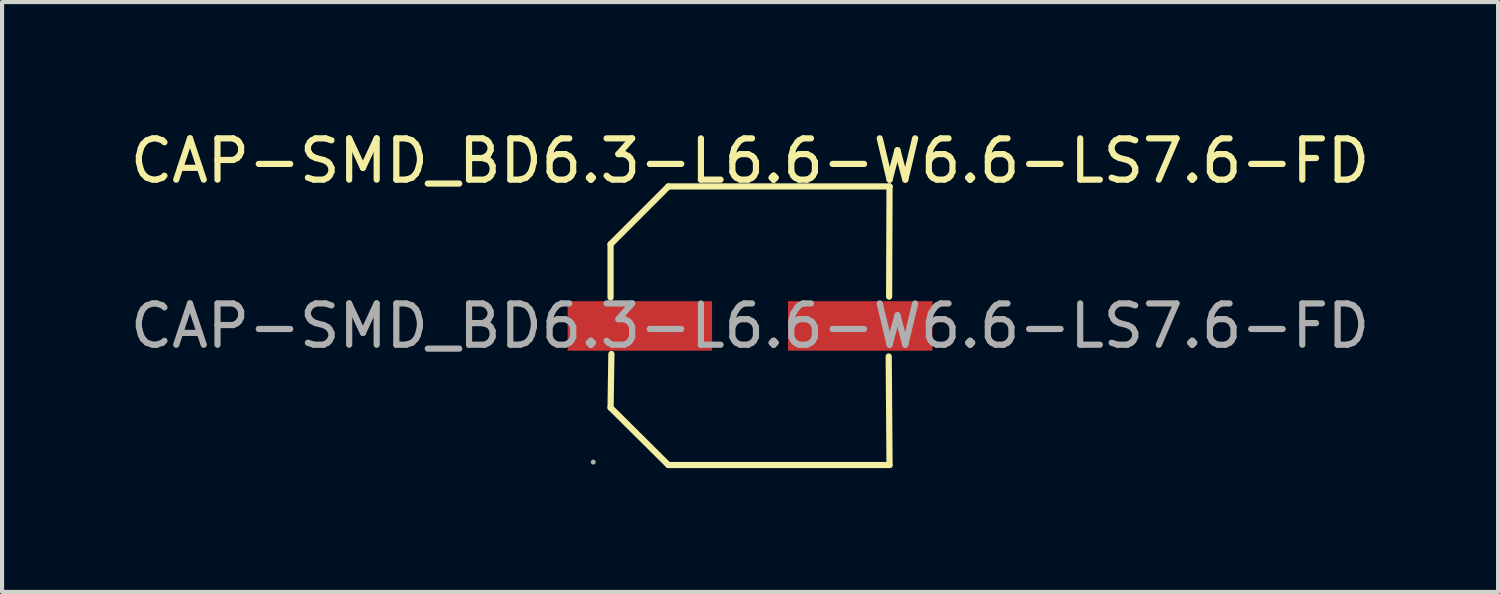
<source format=kicad_pcb>
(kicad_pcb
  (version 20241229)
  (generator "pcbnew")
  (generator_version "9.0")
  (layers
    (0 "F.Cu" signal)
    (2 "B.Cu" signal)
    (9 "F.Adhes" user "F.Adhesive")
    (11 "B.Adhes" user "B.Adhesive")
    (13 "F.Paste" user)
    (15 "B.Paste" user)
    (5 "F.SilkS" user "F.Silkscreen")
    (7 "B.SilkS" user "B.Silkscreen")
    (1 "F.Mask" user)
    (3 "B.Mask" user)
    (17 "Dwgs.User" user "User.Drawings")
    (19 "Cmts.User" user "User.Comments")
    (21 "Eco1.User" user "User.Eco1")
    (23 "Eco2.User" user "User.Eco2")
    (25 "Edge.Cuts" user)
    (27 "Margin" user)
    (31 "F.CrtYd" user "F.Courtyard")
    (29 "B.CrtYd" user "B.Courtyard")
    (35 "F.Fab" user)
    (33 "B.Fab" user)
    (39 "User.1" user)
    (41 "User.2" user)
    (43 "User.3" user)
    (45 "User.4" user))
  (footprint "CAP-SMD_BD6.3-L6.6-W6.6-LS7.6-FD"
    (layer "F.Cu")
    (at 15.125 4.848)
    (property "Reference" "CAP-SMD_BD6.3-L6.6-W6.6-LS7.6-FD" (at 0 -4 0) (layer "F.SilkS") (effects (font (size 1 1) (thickness 0.15))))
    (attr through_hole)
    (fp_line (start -3.38 -1.98) (end -3.38 -0.69) (stroke (width 0.15) (type solid)) (layer "F.SilkS"))
    (fp_line (start -3.38 1.98) (end -3.36 0.68) (stroke (width 0.15) (type solid)) (layer "F.SilkS"))
    (fp_line (start -1.98 -3.38) (end -3.38 -1.98) (stroke (width 0.15) (type solid)) (layer "F.SilkS"))
    (fp_line (start -1.98 3.37) (end -3.38 1.98) (stroke (width 0.15) (type solid)) (layer "F.SilkS"))
    (fp_line (start 3.36 0.74) (end 3.38 3.37) (stroke (width 0.15) (type solid)) (layer "F.SilkS"))
    (fp_line (start 3.37 -0.71) (end 3.38 -3.38) (stroke (width 0.15) (type solid)) (layer "F.SilkS"))
    (fp_line (start 3.38 -3.38) (end -1.98 -3.38) (stroke (width 0.15) (type solid)) (layer "F.SilkS"))
    (fp_line (start 3.38 3.37) (end -1.98 3.37) (stroke (width 0.15) (type solid)) (layer "F.SilkS"))
    (fp_circle (center -3.8 3.3) (end -3.77 3.3) (stroke (width 0.06) (type solid)) (fill no) (layer "F.Fab"))
    (fp_text user "${REFERENCE}" (at 0 0 0) (layer "F.Fab") (effects (font (size 1 1) (thickness 0.15))))
    (pad "1" smd rect (at -2.67 0) (size 3.5 1.2) (layers "F.Cu" "F.Mask" "F.Paste"))
    (pad "2" smd rect (at 2.67 0) (size 3.5 1.2) (layers "F.Cu" "F.Mask" "F.Paste")))
  (gr_rect
    (start -3 -3)
    (end 33.25 11.293)
    (stroke (width 0.1) (type default))
    (fill no)
    (layer "Edge.Cuts")))
</source>
